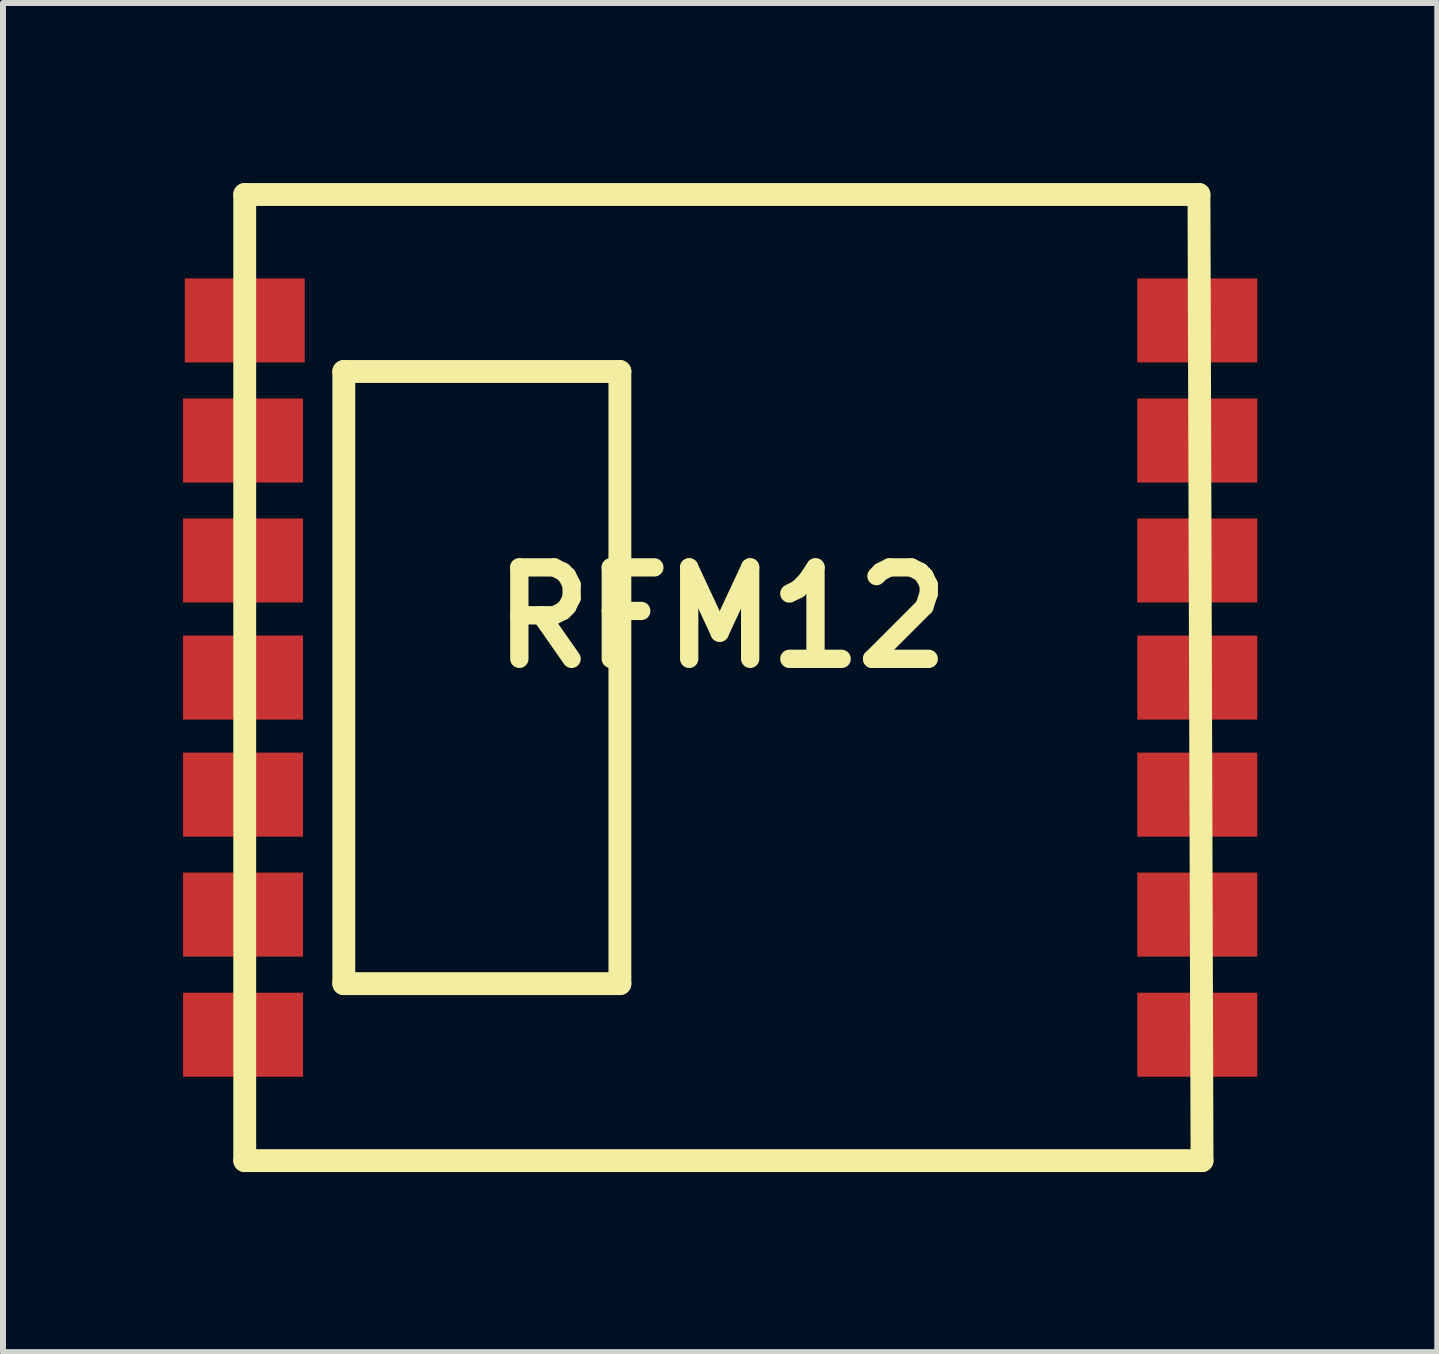
<source format=kicad_pcb>
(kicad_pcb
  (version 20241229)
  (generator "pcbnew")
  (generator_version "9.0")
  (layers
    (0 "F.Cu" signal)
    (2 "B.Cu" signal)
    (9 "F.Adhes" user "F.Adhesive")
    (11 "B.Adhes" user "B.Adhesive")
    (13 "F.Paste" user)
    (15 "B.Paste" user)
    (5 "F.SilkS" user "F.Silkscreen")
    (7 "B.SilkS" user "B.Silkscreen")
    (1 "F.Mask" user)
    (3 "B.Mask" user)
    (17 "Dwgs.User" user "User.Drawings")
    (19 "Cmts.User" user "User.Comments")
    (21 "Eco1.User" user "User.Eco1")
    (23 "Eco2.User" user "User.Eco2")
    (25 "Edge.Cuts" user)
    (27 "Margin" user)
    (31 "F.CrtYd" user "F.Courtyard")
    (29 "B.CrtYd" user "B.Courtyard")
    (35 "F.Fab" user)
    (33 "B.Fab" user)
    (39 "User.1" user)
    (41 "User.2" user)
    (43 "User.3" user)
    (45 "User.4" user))
  (footprint "RFM12"
    (layer "F.Cu")
    (at 8.978 8.24)
    (property "Reference" "RFM12" (at 0 -1.001 0) (layer "F.SilkS") (effects (font (size 1.524 1.524) (thickness 0.305))))
    (attr through_hole)
    (fp_line (start -7.95 -8.049) (end 7.95 -8.049) (stroke (width 0.381) (type solid)) (layer "F.SilkS"))
    (fp_line (start -7.95 8.049) (end -7.95 -8.049) (stroke (width 0.381) (type solid)) (layer "F.SilkS"))
    (fp_line (start -6.299 -5.1) (end -1.699 -5.1) (stroke (width 0.381) (type solid)) (layer "F.SilkS"))
    (fp_line (start -6.299 5.1) (end -6.299 -5.1) (stroke (width 0.381) (type solid)) (layer "F.SilkS"))
    (fp_line (start -1.699 -5.1) (end -1.699 5.1) (stroke (width 0.381) (type solid)) (layer "F.SilkS"))
    (fp_line (start -1.699 5.1) (end -6.299 5.1) (stroke (width 0.381) (type solid)) (layer "F.SilkS"))
    (fp_line (start 7.95 -8.049) (end 8.001 8.049) (stroke (width 0.381) (type solid)) (layer "F.SilkS"))
    (fp_line (start 8.001 8.049) (end -7.95 8.049) (stroke (width 0.381) (type solid)) (layer "F.SilkS"))
    (pad "1" smd rect (at -7.95 -5.951) (size 1.999 1.4) (layers "F.Cu" "F.Mask" "F.Paste"))
    (pad "2" smd rect (at -7.978 -3.95) (size 1.999 1.4) (layers "F.Cu" "F.Mask" "F.Paste"))
    (pad "3" smd rect (at -7.978 -1.951) (size 1.999 1.4) (layers "F.Cu" "F.Mask" "F.Paste"))
    (pad "4" smd rect (at -7.978 0) (size 1.999 1.4) (layers "F.Cu" "F.Mask" "F.Paste"))
    (pad "5" smd rect (at -7.978 1.951) (size 1.999 1.4) (layers "F.Cu" "F.Mask" "F.Paste"))
    (pad "6" smd rect (at -7.978 3.95) (size 1.999 1.4) (layers "F.Cu" "F.Mask" "F.Paste"))
    (pad "7" smd rect (at -7.978 5.951) (size 1.999 1.4) (layers "F.Cu" "F.Mask" "F.Paste"))
    (pad "8" smd rect (at 7.922 5.951) (size 1.999 1.4) (layers "F.Cu" "F.Mask" "F.Paste"))
    (pad "9" smd rect (at 7.922 3.95) (size 1.999 1.4) (layers "F.Cu" "F.Mask" "F.Paste"))
    (pad "10" smd rect (at 7.922 1.951) (size 1.999 1.4) (layers "F.Cu" "F.Mask" "F.Paste"))
    (pad "11" smd rect (at 7.922 0) (size 1.999 1.4) (layers "F.Cu" "F.Mask" "F.Paste"))
    (pad "12" smd rect (at 7.922 -1.951) (size 1.999 1.4) (layers "F.Cu" "F.Mask" "F.Paste"))
    (pad "13" smd rect (at 7.922 -3.95) (size 1.999 1.4) (layers "F.Cu" "F.Mask" "F.Paste"))
    (pad "14" smd rect (at 7.922 -5.951) (size 1.999 1.4) (layers "F.Cu" "F.Mask" "F.Paste")))
  (gr_rect
    (start -3 -3)
    (end 20.899 19.48)
    (stroke (width 0.1) (type default))
    (fill no)
    (layer "Edge.Cuts")))
</source>
